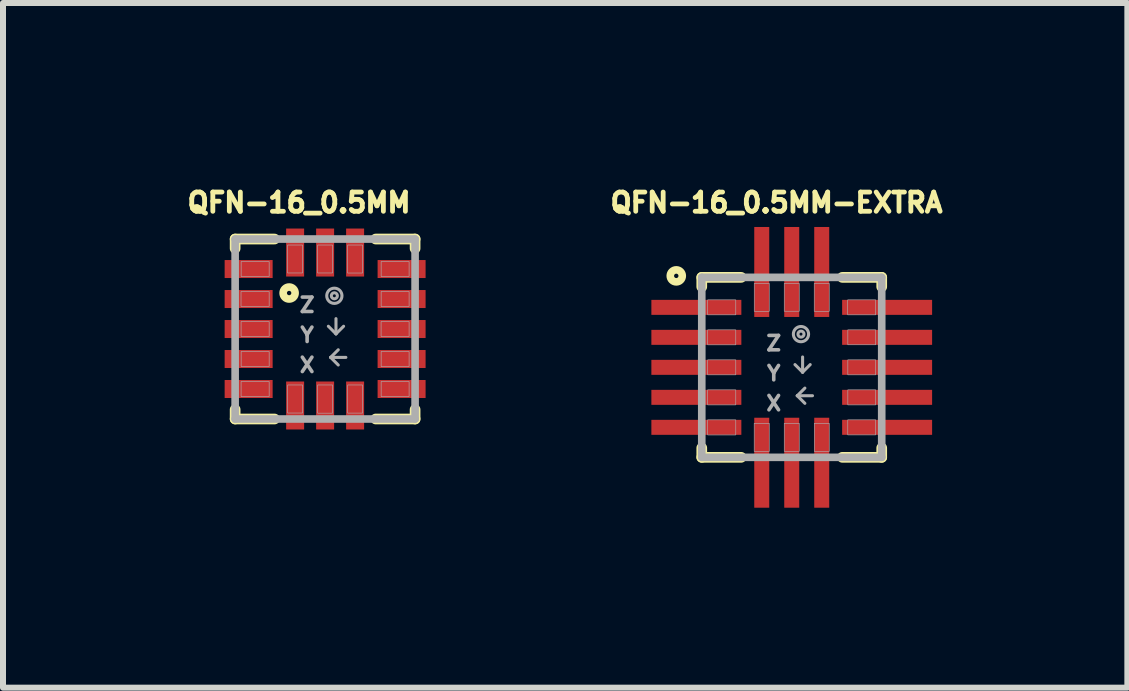
<source format=kicad_pcb>
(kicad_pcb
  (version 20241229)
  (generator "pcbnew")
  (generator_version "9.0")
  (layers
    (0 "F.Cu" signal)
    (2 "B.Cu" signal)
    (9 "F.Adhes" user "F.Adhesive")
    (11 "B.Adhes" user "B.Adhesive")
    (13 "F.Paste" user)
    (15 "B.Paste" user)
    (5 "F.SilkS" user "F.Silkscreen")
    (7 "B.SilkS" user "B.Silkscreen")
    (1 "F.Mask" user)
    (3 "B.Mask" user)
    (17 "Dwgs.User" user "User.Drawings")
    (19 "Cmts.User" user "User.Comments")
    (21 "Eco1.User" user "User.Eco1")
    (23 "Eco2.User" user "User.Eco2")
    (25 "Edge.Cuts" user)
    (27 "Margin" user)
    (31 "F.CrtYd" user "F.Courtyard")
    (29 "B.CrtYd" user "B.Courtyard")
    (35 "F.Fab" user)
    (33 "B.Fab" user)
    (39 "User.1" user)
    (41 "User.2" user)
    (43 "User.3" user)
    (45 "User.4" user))
  (footprint "QFN-16_0.5MM-EXTRA"
    (layer "F.Cu")
    (at 10.149 3.074)
    (property "Reference" "QFN-16_0.5MM-EXTRA" (at -0.254 -2.746 0) (layer "F.SilkS") (effects (font (size 0.32 0.32) (thickness 0.15))))
    (attr smd)
    (fp_line (start -1.5 -1.5) (end -0.843 -1.5) (stroke (width 0.178) (type solid)) (layer "F.SilkS"))
    (fp_line (start -1.5 -1.343) (end -1.5 -1.5) (stroke (width 0.178) (type solid)) (layer "F.SilkS"))
    (fp_line (start -1.5 1.343) (end -1.5 1.5) (stroke (width 0.178) (type solid)) (layer "F.SilkS"))
    (fp_line (start -1.5 1.5) (end -0.843 1.5) (stroke (width 0.178) (type solid)) (layer "F.SilkS"))
    (fp_line (start 1.5 -1.5) (end 0.843 -1.5) (stroke (width 0.178) (type solid)) (layer "F.SilkS"))
    (fp_line (start 1.5 -1.343) (end 1.5 -1.5) (stroke (width 0.178) (type solid)) (layer "F.SilkS"))
    (fp_line (start 1.5 1.343) (end 1.5 1.5) (stroke (width 0.178) (type solid)) (layer "F.SilkS"))
    (fp_line (start 1.5 1.5) (end 0.843 1.5) (stroke (width 0.178) (type solid)) (layer "F.SilkS"))
    (fp_circle (center -1.925 -1.525) (end -1.825 -1.525) (stroke (width 0.127) (type solid)) (fill no) (layer "F.SilkS"))
    (fp_line (start -1.5 -1.5) (end 1.5 -1.5) (stroke (width 0.127) (type solid)) (layer "F.Fab"))
    (fp_line (start -1.5 1.5) (end -1.5 -1.5) (stroke (width 0.127) (type solid)) (layer "F.Fab"))
    (fp_line (start 0.092 0.473) (end 0.219 0.346) (stroke (width 0.051) (type solid)) (layer "F.Fab"))
    (fp_line (start 0.092 0.473) (end 0.219 0.6) (stroke (width 0.051) (type solid)) (layer "F.Fab"))
    (fp_line (start 0.181 -0.173) (end 0.181 0.081) (stroke (width 0.051) (type solid)) (layer "F.Fab"))
    (fp_line (start 0.181 0.081) (end 0.054 -0.046) (stroke (width 0.051) (type solid)) (layer "F.Fab"))
    (fp_line (start 0.181 0.081) (end 0.308 -0.046) (stroke (width 0.051) (type solid)) (layer "F.Fab"))
    (fp_line (start 0.346 0.473) (end 0.092 0.473) (stroke (width 0.051) (type solid)) (layer "F.Fab"))
    (fp_line (start 1.5 -1.5) (end 1.5 1.5) (stroke (width 0.127) (type solid)) (layer "F.Fab"))
    (fp_line (start 1.5 1.5) (end -1.5 1.5) (stroke (width 0.127) (type solid)) (layer "F.Fab"))
    (fp_circle (center 0.154 -0.554) (end 0.179 -0.554) (stroke (width 0.051) (type solid)) (fill no) (layer "F.Fab"))
    (fp_circle (center 0.154 -0.554) (end 0.281 -0.554) (stroke (width 0.051) (type solid)) (fill no) (layer "F.Fab"))
    (fp_poly (pts (xy -1.402 0.875) (xy -0.933 0.875) (xy -0.933 1.127) (xy -1.402 1.127)) (stroke (width 0.01) (type solid)) (fill no) (layer "F.Fab"))
    (fp_poly (pts (xy -1.402 0.375) (xy -0.933 0.375) (xy -0.933 0.626) (xy -1.402 0.626)) (stroke (width 0.01) (type solid)) (fill no) (layer "F.Fab"))
    (fp_poly (pts (xy -1.401 -0.125) (xy -0.933 -0.125) (xy -0.933 0.125) (xy -1.401 0.125)) (stroke (width 0.01) (type solid)) (fill no) (layer "F.Fab"))
    (fp_poly (pts (xy -1.401 -1.125) (xy -0.933 -1.125) (xy -0.933 -0.876) (xy -1.401 -0.876)) (stroke (width 0.01) (type solid)) (fill no) (layer "F.Fab"))
    (fp_poly (pts (xy -1.401 -0.625) (xy -0.933 -0.625) (xy -0.933 -0.375) (xy -1.401 -0.375)) (stroke (width 0.01) (type solid)) (fill no) (layer "F.Fab"))
    (fp_poly (pts (xy -0.626 0.933) (xy -0.375 0.933) (xy -0.375 1.402) (xy -0.626 1.402)) (stroke (width 0.01) (type solid)) (fill no) (layer "F.Fab"))
    (fp_poly (pts (xy -0.625 -1.4) (xy -0.375 -1.4) (xy -0.375 -0.934) (xy -0.625 -0.934)) (stroke (width 0.01) (type solid)) (fill no) (layer "F.Fab"))
    (fp_poly (pts (xy -0.125 -1.4) (xy 0.125 -1.4) (xy 0.125 -0.935) (xy -0.125 -0.935)) (stroke (width 0.01) (type solid)) (fill no) (layer "F.Fab"))
    (fp_poly (pts (xy -0.125 0.933) (xy 0.125 0.933) (xy 0.125 1.401) (xy -0.125 1.401)) (stroke (width 0.01) (type solid)) (fill no) (layer "F.Fab"))
    (fp_poly (pts (xy 0.375 -1.4) (xy 0.625 -1.4) (xy 0.625 -0.934) (xy 0.375 -0.934)) (stroke (width 0.01) (type solid)) (fill no) (layer "F.Fab"))
    (fp_poly (pts (xy 0.376 0.933) (xy 0.625 0.933) (xy 0.625 1.402) (xy 0.376 1.402)) (stroke (width 0.01) (type solid)) (fill no) (layer "F.Fab"))
    (fp_poly (pts (xy 0.933 -1.125) (xy 1.4 -1.125) (xy 1.4 -0.875) (xy 0.933 -0.875)) (stroke (width 0.01) (type solid)) (fill no) (layer "F.Fab"))
    (fp_poly (pts (xy 0.934 0.875) (xy 1.4 0.875) (xy 1.4 1.126) (xy 0.934 1.126)) (stroke (width 0.01) (type solid)) (fill no) (layer "F.Fab"))
    (fp_poly (pts (xy 0.935 -0.125) (xy 1.4 -0.125) (xy 1.4 0.125) (xy 0.935 0.125)) (stroke (width 0.01) (type solid)) (fill no) (layer "F.Fab"))
    (fp_poly (pts (xy 0.935 0.375) (xy 1.4 0.375) (xy 1.4 0.626) (xy 0.935 0.626)) (stroke (width 0.01) (type solid)) (fill no) (layer "F.Fab"))
    (fp_poly (pts (xy 0.935 -0.625) (xy 1.4 -0.625) (xy 1.4 -0.376) (xy 0.935 -0.376)) (stroke (width 0.01) (type solid)) (fill no) (layer "F.Fab"))
    (fp_text user "X" (at -0.3 0.6 0) (layer "F.Fab") (effects (font (size 0.24 0.24) (thickness 0.15))))
    (fp_text user "Y" (at -0.3 0.1 0) (layer "F.Fab") (effects (font (size 0.24 0.24) (thickness 0.15))))
    (fp_text user "Z" (at -0.3 -0.4 0) (layer "F.Fab") (effects (font (size 0.24 0.24) (thickness 0.15))))
    (pad "1" smd rect (at -1.59 -1 90) (size 0.25 1.5) (layers "F.Cu" "F.Mask" "F.Paste"))
    (pad "2" smd rect (at -1.59 -0.5 90) (size 0.25 1.5) (layers "F.Cu" "F.Mask" "F.Paste"))
    (pad "3" smd rect (at -1.59 0 90) (size 0.25 1.5) (layers "F.Cu" "F.Mask" "F.Paste"))
    (pad "4" smd rect (at -1.59 0.5 90) (size 0.25 1.5) (layers "F.Cu" "F.Mask" "F.Paste"))
    (pad "5" smd rect (at -1.59 1 90) (size 0.25 1.5) (layers "F.Cu" "F.Mask" "F.Paste"))
    (pad "6" smd rect (at -0.5 1.59) (size 0.25 1.5) (layers "F.Cu" "F.Mask" "F.Paste"))
    (pad "7" smd rect (at 0 1.59) (size 0.25 1.5) (layers "F.Cu" "F.Mask" "F.Paste"))
    (pad "8" smd rect (at 0.5 1.59) (size 0.25 1.5) (layers "F.Cu" "F.Mask" "F.Paste"))
    (pad "9" smd rect (at 1.59 1 90) (size 0.25 1.5) (layers "F.Cu" "F.Mask" "F.Paste"))
    (pad "10" smd rect (at 1.59 0.5 90) (size 0.25 1.5) (layers "F.Cu" "F.Mask" "F.Paste"))
    (pad "11" smd rect (at 1.59 0 90) (size 0.25 1.5) (layers "F.Cu" "F.Mask" "F.Paste"))
    (pad "12" smd rect (at 1.59 -0.5 90) (size 0.25 1.5) (layers "F.Cu" "F.Mask" "F.Paste"))
    (pad "13" smd rect (at 1.59 -1 90) (size 0.25 1.5) (layers "F.Cu" "F.Mask" "F.Paste"))
    (pad "14" smd rect (at 0.5 -1.59) (size 0.25 1.5) (layers "F.Cu" "F.Mask" "F.Paste"))
    (pad "15" smd rect (at 0 -1.59) (size 0.25 1.5) (layers "F.Cu" "F.Mask" "F.Paste"))
    (pad "16" smd rect (at -0.5 -1.59) (size 0.25 1.5) (layers "F.Cu" "F.Mask" "F.Paste")))
  (footprint "QFN-16_0.5MM"
    (layer "F.Cu")
    (at 2.37 2.435)
    (property "Reference" "QFN-16_0.5MM" (at -0.435 -2.107 0) (layer "F.SilkS") (effects (font (size 0.321 0.321) (thickness 0.15))))
    (attr smd)
    (fp_line (start -1.5 -1.5) (end -0.843 -1.5) (stroke (width 0.178) (type solid)) (layer "F.SilkS"))
    (fp_line (start -1.5 -1.343) (end -1.5 -1.5) (stroke (width 0.178) (type solid)) (layer "F.SilkS"))
    (fp_line (start -1.5 1.343) (end -1.5 1.5) (stroke (width 0.178) (type solid)) (layer "F.SilkS"))
    (fp_line (start -1.5 1.5) (end -0.843 1.5) (stroke (width 0.178) (type solid)) (layer "F.SilkS"))
    (fp_line (start 1.5 -1.5) (end 0.843 -1.5) (stroke (width 0.178) (type solid)) (layer "F.SilkS"))
    (fp_line (start 1.5 -1.343) (end 1.5 -1.5) (stroke (width 0.178) (type solid)) (layer "F.SilkS"))
    (fp_line (start 1.5 1.343) (end 1.5 1.5) (stroke (width 0.178) (type solid)) (layer "F.SilkS"))
    (fp_line (start 1.5 1.5) (end 0.843 1.5) (stroke (width 0.178) (type solid)) (layer "F.SilkS"))
    (fp_circle (center -0.6 -0.6) (end -0.5 -0.6) (stroke (width 0.127) (type solid)) (fill no) (layer "F.SilkS"))
    (fp_line (start -1.5 -1.5) (end 1.5 -1.5) (stroke (width 0.127) (type solid)) (layer "F.Fab"))
    (fp_line (start -1.5 1.5) (end -1.5 -1.5) (stroke (width 0.127) (type solid)) (layer "F.Fab"))
    (fp_line (start 0.092 0.473) (end 0.219 0.346) (stroke (width 0.051) (type solid)) (layer "F.Fab"))
    (fp_line (start 0.092 0.473) (end 0.219 0.6) (stroke (width 0.051) (type solid)) (layer "F.Fab"))
    (fp_line (start 0.181 -0.173) (end 0.181 0.081) (stroke (width 0.051) (type solid)) (layer "F.Fab"))
    (fp_line (start 0.181 0.081) (end 0.054 -0.046) (stroke (width 0.051) (type solid)) (layer "F.Fab"))
    (fp_line (start 0.181 0.081) (end 0.308 -0.046) (stroke (width 0.051) (type solid)) (layer "F.Fab"))
    (fp_line (start 0.346 0.473) (end 0.092 0.473) (stroke (width 0.051) (type solid)) (layer "F.Fab"))
    (fp_line (start 1.5 -1.5) (end 1.5 1.5) (stroke (width 0.127) (type solid)) (layer "F.Fab"))
    (fp_line (start 1.5 1.5) (end -1.5 1.5) (stroke (width 0.127) (type solid)) (layer "F.Fab"))
    (fp_circle (center 0.154 -0.554) (end 0.179 -0.554) (stroke (width 0.051) (type solid)) (fill no) (layer "F.Fab"))
    (fp_circle (center 0.154 -0.554) (end 0.281 -0.554) (stroke (width 0.051) (type solid)) (fill no) (layer "F.Fab"))
    (fp_poly (pts (xy -1.402 -0.625) (xy -0.933 -0.625) (xy -0.933 -0.376) (xy -1.402 -0.376)) (stroke (width 0.01) (type solid)) (fill no) (layer "F.Fab"))
    (fp_poly (pts (xy -1.401 -0.125) (xy -0.933 -0.125) (xy -0.933 0.125) (xy -1.401 0.125)) (stroke (width 0.01) (type solid)) (fill no) (layer "F.Fab"))
    (fp_poly (pts (xy -1.401 0.875) (xy -0.933 0.875) (xy -0.933 1.126) (xy -1.401 1.126)) (stroke (width 0.01) (type solid)) (fill no) (layer "F.Fab"))
    (fp_poly (pts (xy -1.4 0.375) (xy -0.933 0.375) (xy -0.933 0.625) (xy -1.4 0.625)) (stroke (width 0.01) (type solid)) (fill no) (layer "F.Fab"))
    (fp_poly (pts (xy -1.4 -1.125) (xy -0.933 -1.125) (xy -0.933 -0.875) (xy -1.4 -0.875)) (stroke (width 0.01) (type solid)) (fill no) (layer "F.Fab"))
    (fp_poly (pts (xy -0.626 -1.4) (xy -0.375 -1.4) (xy -0.375 -0.934) (xy -0.626 -0.934)) (stroke (width 0.01) (type solid)) (fill no) (layer "F.Fab"))
    (fp_poly (pts (xy -0.625 0.933) (xy -0.375 0.933) (xy -0.375 1.401) (xy -0.625 1.401)) (stroke (width 0.01) (type solid)) (fill no) (layer "F.Fab"))
    (fp_poly (pts (xy -0.125 0.933) (xy 0.125 0.933) (xy 0.125 1.403) (xy -0.125 1.403)) (stroke (width 0.01) (type solid)) (fill no) (layer "F.Fab"))
    (fp_poly (pts (xy -0.125 -1.4) (xy 0.125 -1.4) (xy 0.125 -0.934) (xy -0.125 -0.934)) (stroke (width 0.01) (type solid)) (fill no) (layer "F.Fab"))
    (fp_poly (pts (xy 0.375 -1.4) (xy 0.625 -1.4) (xy 0.625 -0.933) (xy 0.375 -0.933)) (stroke (width 0.01) (type solid)) (fill no) (layer "F.Fab"))
    (fp_poly (pts (xy 0.376 0.933) (xy 0.625 0.933) (xy 0.625 1.402) (xy 0.376 1.402)) (stroke (width 0.01) (type solid)) (fill no) (layer "F.Fab"))
    (fp_poly (pts (xy 0.933 -0.125) (xy 1.4 -0.125) (xy 1.4 0.125) (xy 0.933 0.125)) (stroke (width 0.01) (type solid)) (fill no) (layer "F.Fab"))
    (fp_poly (pts (xy 0.934 -1.125) (xy 1.4 -1.125) (xy 1.4 -0.875) (xy 0.934 -0.875)) (stroke (width 0.01) (type solid)) (fill no) (layer "F.Fab"))
    (fp_poly (pts (xy 0.934 0.875) (xy 1.4 0.875) (xy 1.4 1.126) (xy 0.934 1.126)) (stroke (width 0.01) (type solid)) (fill no) (layer "F.Fab"))
    (fp_poly (pts (xy 0.934 -0.625) (xy 1.4 -0.625) (xy 1.4 -0.375) (xy 0.934 -0.375)) (stroke (width 0.01) (type solid)) (fill no) (layer "F.Fab"))
    (fp_poly (pts (xy 0.934 0.375) (xy 1.4 0.375) (xy 1.4 0.626) (xy 0.934 0.626)) (stroke (width 0.01) (type solid)) (fill no) (layer "F.Fab"))
    (fp_text user "X" (at -0.3 0.601 0) (layer "F.Fab") (effects (font (size 0.24 0.24) (thickness 0.15))))
    (fp_text user "Z" (at -0.3 -0.4 0) (layer "F.Fab") (effects (font (size 0.24 0.24) (thickness 0.15))))
    (fp_text user "Y" (at -0.3 0.1 0) (layer "F.Fab") (effects (font (size 0.24 0.24) (thickness 0.15))))
    (pad "1" smd rect (at -1.275 -1 270) (size 0.3 0.8) (layers "F.Cu" "F.Mask" "F.Paste"))
    (pad "2" smd rect (at -1.275 -0.5 270) (size 0.3 0.8) (layers "F.Cu" "F.Mask" "F.Paste"))
    (pad "3" smd rect (at -1.275 0 270) (size 0.3 0.8) (layers "F.Cu" "F.Mask" "F.Paste"))
    (pad "4" smd rect (at -1.275 0.5 270) (size 0.3 0.8) (layers "F.Cu" "F.Mask" "F.Paste"))
    (pad "5" smd rect (at -1.275 1 270) (size 0.3 0.8) (layers "F.Cu" "F.Mask" "F.Paste"))
    (pad "6" smd rect (at -0.5 1.275) (size 0.3 0.8) (layers "F.Cu" "F.Mask" "F.Paste"))
    (pad "7" smd rect (at 0 1.275) (size 0.3 0.8) (layers "F.Cu" "F.Mask" "F.Paste"))
    (pad "8" smd rect (at 0.5 1.275) (size 0.3 0.8) (layers "F.Cu" "F.Mask" "F.Paste"))
    (pad "9" smd rect (at 1.275 1 90) (size 0.3 0.8) (layers "F.Cu" "F.Mask" "F.Paste"))
    (pad "10" smd rect (at 1.275 0.5 90) (size 0.3 0.8) (layers "F.Cu" "F.Mask" "F.Paste"))
    (pad "11" smd rect (at 1.275 0 90) (size 0.3 0.8) (layers "F.Cu" "F.Mask" "F.Paste"))
    (pad "12" smd rect (at 1.275 -0.5 90) (size 0.3 0.8) (layers "F.Cu" "F.Mask" "F.Paste"))
    (pad "13" smd rect (at 1.275 -1 90) (size 0.3 0.8) (layers "F.Cu" "F.Mask" "F.Paste"))
    (pad "14" smd rect (at 0.5 -1.275 180) (size 0.3 0.8) (layers "F.Cu" "F.Mask" "F.Paste"))
    (pad "15" smd rect (at 0 -1.275 180) (size 0.3 0.8) (layers "F.Cu" "F.Mask" "F.Paste"))
    (pad "16" smd rect (at -0.5 -1.275 180) (size 0.3 0.8) (layers "F.Cu" "F.Mask" "F.Paste")))
  (gr_rect
    (start -3 -3)
    (end 15.744 8.414)
    (stroke (width 0.1) (type default))
    (fill no)
    (layer "Edge.Cuts")))
</source>
